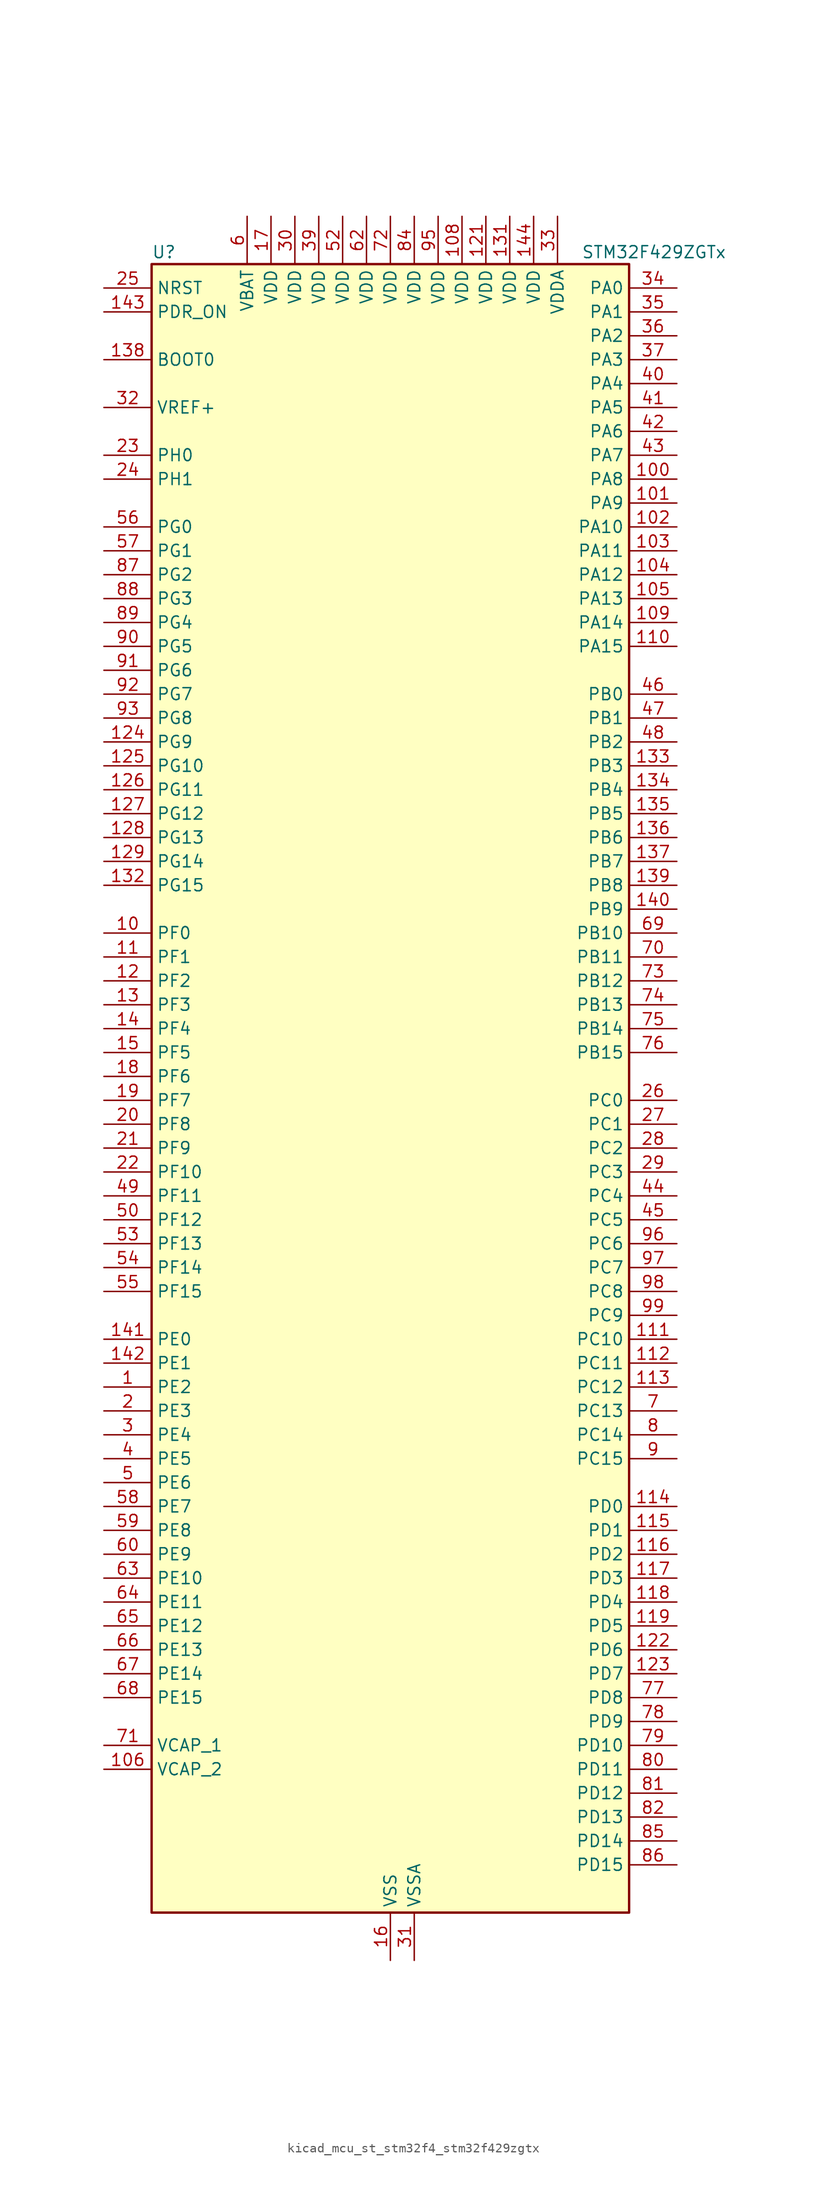
<source format=kicad_sym>
(kicad_symbol_lib
  (version 20220914)
  (generator kicad_symbol_editor)
  (symbol "kicad_mcu_st_stm32f4_stm32f429zgtx"
    (property "Reference" "U"
      (at -25.4 90.17 0)
      (effects (font (size 1.27 1.27)) (justify left)))
    (property "Value" "STM32F429ZGTx"
      (at 20.32 90.17 0)
      (effects (font (size 1.27 1.27)) (justify left)))
    (property "ki_locked" ""
      (at 0 0 0)
      (effects (font (size 1.27 1.27))))
    (symbol "kicad_mcu_st_stm32f4_stm32f429zgtx_0_1"
      (rectangle (start -25.4 -86.36) (end 25.4 88.9) (stroke (width 0.254) (type default)) (fill (type background))))
    (symbol "kicad_mcu_st_stm32f4_stm32f429zgtx_1_1"
      (pin bidirectional line (at -30.48 -30.48 0) (length 5.08) (name "PE2" (effects (font (size 1.27 1.27)))) (number "1" (effects (font (size 1.27 1.27)))) (alternate "ETH_TXD3" bidirectional line) (alternate "FMC_A23" bidirectional line) (alternate "SAI1_MCLK_A" bidirectional line) (alternate "SPI4_SCK" bidirectional line) (alternate "SYS_TRACECLK" bidirectional line))
      (pin bidirectional line (at -30.48 17.78 0) (length 5.08) (name "PF0" (effects (font (size 1.27 1.27)))) (number "10" (effects (font (size 1.27 1.27)))) (alternate "FMC_A0" bidirectional line) (alternate "I2C2_SDA" bidirectional line))
      (pin bidirectional line (at 30.48 66.04 180) (length 5.08) (name "PA8" (effects (font (size 1.27 1.27)))) (number "100" (effects (font (size 1.27 1.27)))) (alternate "I2C3_SCL" bidirectional line) (alternate "LTDC_R6" bidirectional line) (alternate "RCC_MCO_1" bidirectional line) (alternate "TIM1_CH1" bidirectional line) (alternate "USART1_CK" bidirectional line) (alternate "USB_OTG_FS_SOF" bidirectional line))
      (pin bidirectional line (at 30.48 63.5 180) (length 5.08) (name "PA9" (effects (font (size 1.27 1.27)))) (number "101" (effects (font (size 1.27 1.27)))) (alternate "DAC_EXTI9" bidirectional line) (alternate "DCMI_D0" bidirectional line) (alternate "I2C3_SMBA" bidirectional line) (alternate "TIM1_CH2" bidirectional line) (alternate "USART1_TX" bidirectional line) (alternate "USB_OTG_FS_VBUS" bidirectional line))
      (pin bidirectional line (at 30.48 60.96 180) (length 5.08) (name "PA10" (effects (font (size 1.27 1.27)))) (number "102" (effects (font (size 1.27 1.27)))) (alternate "DCMI_D1" bidirectional line) (alternate "TIM1_CH3" bidirectional line) (alternate "USART1_RX" bidirectional line) (alternate "USB_OTG_FS_ID" bidirectional line))
      (pin bidirectional line (at 30.48 58.42 180) (length 5.08) (name "PA11" (effects (font (size 1.27 1.27)))) (number "103" (effects (font (size 1.27 1.27)))) (alternate "ADC1_EXTI11" bidirectional line) (alternate "ADC2_EXTI11" bidirectional line) (alternate "ADC3_EXTI11" bidirectional line) (alternate "CAN1_RX" bidirectional line) (alternate "LTDC_R4" bidirectional line) (alternate "TIM1_CH4" bidirectional line) (alternate "USART1_CTS" bidirectional line) (alternate "USB_OTG_FS_DM" bidirectional line))
      (pin bidirectional line (at 30.48 55.88 180) (length 5.08) (name "PA12" (effects (font (size 1.27 1.27)))) (number "104" (effects (font (size 1.27 1.27)))) (alternate "CAN1_TX" bidirectional line) (alternate "LTDC_R5" bidirectional line) (alternate "TIM1_ETR" bidirectional line) (alternate "USART1_RTS" bidirectional line) (alternate "USB_OTG_FS_DP" bidirectional line))
      (pin bidirectional line (at 30.48 53.34 180) (length 5.08) (name "PA13" (effects (font (size 1.27 1.27)))) (number "105" (effects (font (size 1.27 1.27)))) (alternate "SYS_JTMS-SWDIO" bidirectional line))
      (pin power_out line (at -30.48 -71.12 0) (length 5.08) (name "VCAP_2" (effects (font (size 1.27 1.27)))) (number "106" (effects (font (size 1.27 1.27)))))
      (pin passive line (at 0 -91.44 90) (length 5.08) hide (name "VSS" (effects (font (size 1.27 1.27)))) (number "107" (effects (font (size 1.27 1.27)))))
      (pin power_in line (at 7.62 93.98 270) (length 5.08) (name "VDD" (effects (font (size 1.27 1.27)))) (number "108" (effects (font (size 1.27 1.27)))))
      (pin bidirectional line (at 30.48 50.8 180) (length 5.08) (name "PA14" (effects (font (size 1.27 1.27)))) (number "109" (effects (font (size 1.27 1.27)))) (alternate "SYS_JTCK-SWCLK" bidirectional line))
      (pin bidirectional line (at -30.48 15.24 0) (length 5.08) (name "PF1" (effects (font (size 1.27 1.27)))) (number "11" (effects (font (size 1.27 1.27)))) (alternate "FMC_A1" bidirectional line) (alternate "I2C2_SCL" bidirectional line))
      (pin bidirectional line (at 30.48 48.26 180) (length 5.08) (name "PA15" (effects (font (size 1.27 1.27)))) (number "110" (effects (font (size 1.27 1.27)))) (alternate "ADC1_EXTI15" bidirectional line) (alternate "ADC2_EXTI15" bidirectional line) (alternate "ADC3_EXTI15" bidirectional line) (alternate "I2S3_WS" bidirectional line) (alternate "SPI1_NSS" bidirectional line) (alternate "SPI3_NSS" bidirectional line) (alternate "SYS_JTDI" bidirectional line) (alternate "TIM2_CH1" bidirectional line) (alternate "TIM2_ETR" bidirectional line))
      (pin bidirectional line (at 30.48 -25.4 180) (length 5.08) (name "PC10" (effects (font (size 1.27 1.27)))) (number "111" (effects (font (size 1.27 1.27)))) (alternate "DCMI_D8" bidirectional line) (alternate "I2S3_CK" bidirectional line) (alternate "LTDC_R2" bidirectional line) (alternate "SDIO_D2" bidirectional line) (alternate "SPI3_SCK" bidirectional line) (alternate "UART4_TX" bidirectional line) (alternate "USART3_TX" bidirectional line))
      (pin bidirectional line (at 30.48 -27.94 180) (length 5.08) (name "PC11" (effects (font (size 1.27 1.27)))) (number "112" (effects (font (size 1.27 1.27)))) (alternate "ADC1_EXTI11" bidirectional line) (alternate "ADC2_EXTI11" bidirectional line) (alternate "ADC3_EXTI11" bidirectional line) (alternate "DCMI_D4" bidirectional line) (alternate "I2S3_ext_SD" bidirectional line) (alternate "SDIO_D3" bidirectional line) (alternate "SPI3_MISO" bidirectional line) (alternate "UART4_RX" bidirectional line) (alternate "USART3_RX" bidirectional line))
      (pin bidirectional line (at 30.48 -30.48 180) (length 5.08) (name "PC12" (effects (font (size 1.27 1.27)))) (number "113" (effects (font (size 1.27 1.27)))) (alternate "DCMI_D9" bidirectional line) (alternate "I2S3_SD" bidirectional line) (alternate "SDIO_CK" bidirectional line) (alternate "SPI3_MOSI" bidirectional line) (alternate "UART5_TX" bidirectional line) (alternate "USART3_CK" bidirectional line))
      (pin bidirectional line (at 30.48 -43.18 180) (length 5.08) (name "PD0" (effects (font (size 1.27 1.27)))) (number "114" (effects (font (size 1.27 1.27)))) (alternate "CAN1_RX" bidirectional line) (alternate "FMC_D2" bidirectional line) (alternate "FMC_DA2" bidirectional line))
      (pin bidirectional line (at 30.48 -45.72 180) (length 5.08) (name "PD1" (effects (font (size 1.27 1.27)))) (number "115" (effects (font (size 1.27 1.27)))) (alternate "CAN1_TX" bidirectional line) (alternate "FMC_D3" bidirectional line) (alternate "FMC_DA3" bidirectional line))
      (pin bidirectional line (at 30.48 -48.26 180) (length 5.08) (name "PD2" (effects (font (size 1.27 1.27)))) (number "116" (effects (font (size 1.27 1.27)))) (alternate "DCMI_D11" bidirectional line) (alternate "SDIO_CMD" bidirectional line) (alternate "TIM3_ETR" bidirectional line) (alternate "UART5_RX" bidirectional line))
      (pin bidirectional line (at 30.48 -50.8 180) (length 5.08) (name "PD3" (effects (font (size 1.27 1.27)))) (number "117" (effects (font (size 1.27 1.27)))) (alternate "DCMI_D5" bidirectional line) (alternate "FMC_CLK" bidirectional line) (alternate "I2S2_CK" bidirectional line) (alternate "LTDC_G7" bidirectional line) (alternate "SPI2_SCK" bidirectional line) (alternate "USART2_CTS" bidirectional line))
      (pin bidirectional line (at 30.48 -53.34 180) (length 5.08) (name "PD4" (effects (font (size 1.27 1.27)))) (number "118" (effects (font (size 1.27 1.27)))) (alternate "FMC_NOE" bidirectional line) (alternate "USART2_RTS" bidirectional line))
      (pin bidirectional line (at 30.48 -55.88 180) (length 5.08) (name "PD5" (effects (font (size 1.27 1.27)))) (number "119" (effects (font (size 1.27 1.27)))) (alternate "FMC_NWE" bidirectional line) (alternate "USART2_TX" bidirectional line))
      (pin bidirectional line (at -30.48 12.7 0) (length 5.08) (name "PF2" (effects (font (size 1.27 1.27)))) (number "12" (effects (font (size 1.27 1.27)))) (alternate "FMC_A2" bidirectional line) (alternate "I2C2_SMBA" bidirectional line))
      (pin passive line (at 0 -91.44 90) (length 5.08) hide (name "VSS" (effects (font (size 1.27 1.27)))) (number "120" (effects (font (size 1.27 1.27)))))
      (pin power_in line (at 10.16 93.98 270) (length 5.08) (name "VDD" (effects (font (size 1.27 1.27)))) (number "121" (effects (font (size 1.27 1.27)))))
      (pin bidirectional line (at 30.48 -58.42 180) (length 5.08) (name "PD6" (effects (font (size 1.27 1.27)))) (number "122" (effects (font (size 1.27 1.27)))) (alternate "DCMI_D10" bidirectional line) (alternate "FMC_NWAIT" bidirectional line) (alternate "I2S3_SD" bidirectional line) (alternate "LTDC_B2" bidirectional line) (alternate "SAI1_SD_A" bidirectional line) (alternate "SPI3_MOSI" bidirectional line) (alternate "USART2_RX" bidirectional line))
      (pin bidirectional line (at 30.48 -60.96 180) (length 5.08) (name "PD7" (effects (font (size 1.27 1.27)))) (number "123" (effects (font (size 1.27 1.27)))) (alternate "FMC_NCE2" bidirectional line) (alternate "FMC_NE1" bidirectional line) (alternate "USART2_CK" bidirectional line))
      (pin bidirectional line (at -30.48 38.1 0) (length 5.08) (name "PG9" (effects (font (size 1.27 1.27)))) (number "124" (effects (font (size 1.27 1.27)))) (alternate "DAC_EXTI9" bidirectional line) (alternate "DCMI_VSYNC" bidirectional line) (alternate "FMC_NCE3" bidirectional line) (alternate "FMC_NE2" bidirectional line) (alternate "USART6_RX" bidirectional line))
      (pin bidirectional line (at -30.48 35.56 0) (length 5.08) (name "PG10" (effects (font (size 1.27 1.27)))) (number "125" (effects (font (size 1.27 1.27)))) (alternate "DCMI_D2" bidirectional line) (alternate "FMC_NCE4_1" bidirectional line) (alternate "FMC_NE3" bidirectional line) (alternate "LTDC_B2" bidirectional line) (alternate "LTDC_G3" bidirectional line))
      (pin bidirectional line (at -30.48 33.02 0) (length 5.08) (name "PG11" (effects (font (size 1.27 1.27)))) (number "126" (effects (font (size 1.27 1.27)))) (alternate "ADC1_EXTI11" bidirectional line) (alternate "ADC2_EXTI11" bidirectional line) (alternate "ADC3_EXTI11" bidirectional line) (alternate "DCMI_D3" bidirectional line) (alternate "ETH_TX_EN" bidirectional line) (alternate "FMC_NCE4_2" bidirectional line) (alternate "LTDC_B3" bidirectional line))
      (pin bidirectional line (at -30.48 30.48 0) (length 5.08) (name "PG12" (effects (font (size 1.27 1.27)))) (number "127" (effects (font (size 1.27 1.27)))) (alternate "FMC_NE4" bidirectional line) (alternate "LTDC_B1" bidirectional line) (alternate "LTDC_B4" bidirectional line) (alternate "SPI6_MISO" bidirectional line) (alternate "USART6_RTS" bidirectional line))
      (pin bidirectional line (at -30.48 27.94 0) (length 5.08) (name "PG13" (effects (font (size 1.27 1.27)))) (number "128" (effects (font (size 1.27 1.27)))) (alternate "ETH_TXD0" bidirectional line) (alternate "FMC_A24" bidirectional line) (alternate "SPI6_SCK" bidirectional line) (alternate "USART6_CTS" bidirectional line))
      (pin bidirectional line (at -30.48 25.4 0) (length 5.08) (name "PG14" (effects (font (size 1.27 1.27)))) (number "129" (effects (font (size 1.27 1.27)))) (alternate "ETH_TXD1" bidirectional line) (alternate "FMC_A25" bidirectional line) (alternate "SPI6_MOSI" bidirectional line) (alternate "USART6_TX" bidirectional line))
      (pin bidirectional line (at -30.48 10.16 0) (length 5.08) (name "PF3" (effects (font (size 1.27 1.27)))) (number "13" (effects (font (size 1.27 1.27)))) (alternate "ADC3_IN9" bidirectional line) (alternate "FMC_A3" bidirectional line))
      (pin passive line (at 0 -91.44 90) (length 5.08) hide (name "VSS" (effects (font (size 1.27 1.27)))) (number "130" (effects (font (size 1.27 1.27)))))
      (pin power_in line (at 12.7 93.98 270) (length 5.08) (name "VDD" (effects (font (size 1.27 1.27)))) (number "131" (effects (font (size 1.27 1.27)))))
      (pin bidirectional line (at -30.48 22.86 0) (length 5.08) (name "PG15" (effects (font (size 1.27 1.27)))) (number "132" (effects (font (size 1.27 1.27)))) (alternate "ADC1_EXTI15" bidirectional line) (alternate "ADC2_EXTI15" bidirectional line) (alternate "ADC3_EXTI15" bidirectional line) (alternate "DCMI_D13" bidirectional line) (alternate "FMC_SDNCAS" bidirectional line) (alternate "USART6_CTS" bidirectional line))
      (pin bidirectional line (at 30.48 35.56 180) (length 5.08) (name "PB3" (effects (font (size 1.27 1.27)))) (number "133" (effects (font (size 1.27 1.27)))) (alternate "I2S3_CK" bidirectional line) (alternate "SPI1_SCK" bidirectional line) (alternate "SPI3_SCK" bidirectional line) (alternate "SYS_JTDO-SWO" bidirectional line) (alternate "TIM2_CH2" bidirectional line))
      (pin bidirectional line (at 30.48 33.02 180) (length 5.08) (name "PB4" (effects (font (size 1.27 1.27)))) (number "134" (effects (font (size 1.27 1.27)))) (alternate "I2S3_ext_SD" bidirectional line) (alternate "SPI1_MISO" bidirectional line) (alternate "SPI3_MISO" bidirectional line) (alternate "SYS_JTRST" bidirectional line) (alternate "TIM3_CH1" bidirectional line))
      (pin bidirectional line (at 30.48 30.48 180) (length 5.08) (name "PB5" (effects (font (size 1.27 1.27)))) (number "135" (effects (font (size 1.27 1.27)))) (alternate "CAN2_RX" bidirectional line) (alternate "DCMI_D10" bidirectional line) (alternate "ETH_PPS_OUT" bidirectional line) (alternate "FMC_SDCKE1" bidirectional line) (alternate "I2C1_SMBA" bidirectional line) (alternate "I2S3_SD" bidirectional line) (alternate "SPI1_MOSI" bidirectional line) (alternate "SPI3_MOSI" bidirectional line) (alternate "TIM3_CH2" bidirectional line) (alternate "USB_OTG_HS_ULPI_D7" bidirectional line))
      (pin bidirectional line (at 30.48 27.94 180) (length 5.08) (name "PB6" (effects (font (size 1.27 1.27)))) (number "136" (effects (font (size 1.27 1.27)))) (alternate "CAN2_TX" bidirectional line) (alternate "DCMI_D5" bidirectional line) (alternate "FMC_SDNE1" bidirectional line) (alternate "I2C1_SCL" bidirectional line) (alternate "TIM4_CH1" bidirectional line) (alternate "USART1_TX" bidirectional line))
      (pin bidirectional line (at 30.48 25.4 180) (length 5.08) (name "PB7" (effects (font (size 1.27 1.27)))) (number "137" (effects (font (size 1.27 1.27)))) (alternate "DCMI_VSYNC" bidirectional line) (alternate "FMC_NL" bidirectional line) (alternate "I2C1_SDA" bidirectional line) (alternate "TIM4_CH2" bidirectional line) (alternate "USART1_RX" bidirectional line))
      (pin input line (at -30.48 78.74 0) (length 5.08) (name "BOOT0" (effects (font (size 1.27 1.27)))) (number "138" (effects (font (size 1.27 1.27)))))
      (pin bidirectional line (at 30.48 22.86 180) (length 5.08) (name "PB8" (effects (font (size 1.27 1.27)))) (number "139" (effects (font (size 1.27 1.27)))) (alternate "CAN1_RX" bidirectional line) (alternate "DCMI_D6" bidirectional line) (alternate "ETH_TXD3" bidirectional line) (alternate "I2C1_SCL" bidirectional line) (alternate "LTDC_B6" bidirectional line) (alternate "SDIO_D4" bidirectional line) (alternate "TIM10_CH1" bidirectional line) (alternate "TIM4_CH3" bidirectional line))
      (pin bidirectional line (at -30.48 7.62 0) (length 5.08) (name "PF4" (effects (font (size 1.27 1.27)))) (number "14" (effects (font (size 1.27 1.27)))) (alternate "ADC3_IN14" bidirectional line) (alternate "FMC_A4" bidirectional line))
      (pin bidirectional line (at 30.48 20.32 180) (length 5.08) (name "PB9" (effects (font (size 1.27 1.27)))) (number "140" (effects (font (size 1.27 1.27)))) (alternate "CAN1_TX" bidirectional line) (alternate "DAC_EXTI9" bidirectional line) (alternate "DCMI_D7" bidirectional line) (alternate "I2C1_SDA" bidirectional line) (alternate "I2S2_WS" bidirectional line) (alternate "LTDC_B7" bidirectional line) (alternate "SDIO_D5" bidirectional line) (alternate "SPI2_NSS" bidirectional line) (alternate "TIM11_CH1" bidirectional line) (alternate "TIM4_CH4" bidirectional line))
      (pin bidirectional line (at -30.48 -25.4 0) (length 5.08) (name "PE0" (effects (font (size 1.27 1.27)))) (number "141" (effects (font (size 1.27 1.27)))) (alternate "DCMI_D2" bidirectional line) (alternate "FMC_NBL0" bidirectional line) (alternate "TIM4_ETR" bidirectional line) (alternate "UART8_RX" bidirectional line))
      (pin bidirectional line (at -30.48 -27.94 0) (length 5.08) (name "PE1" (effects (font (size 1.27 1.27)))) (number "142" (effects (font (size 1.27 1.27)))) (alternate "DCMI_D3" bidirectional line) (alternate "FMC_NBL1" bidirectional line) (alternate "UART8_TX" bidirectional line))
      (pin input line (at -30.48 83.82 0) (length 5.08) (name "PDR_ON" (effects (font (size 1.27 1.27)))) (number "143" (effects (font (size 1.27 1.27)))))
      (pin power_in line (at 15.24 93.98 270) (length 5.08) (name "VDD" (effects (font (size 1.27 1.27)))) (number "144" (effects (font (size 1.27 1.27)))))
      (pin bidirectional line (at -30.48 5.08 0) (length 5.08) (name "PF5" (effects (font (size 1.27 1.27)))) (number "15" (effects (font (size 1.27 1.27)))) (alternate "ADC3_IN15" bidirectional line) (alternate "FMC_A5" bidirectional line))
      (pin power_in line (at 0 -91.44 90) (length 5.08) (name "VSS" (effects (font (size 1.27 1.27)))) (number "16" (effects (font (size 1.27 1.27)))))
      (pin power_in line (at -12.7 93.98 270) (length 5.08) (name "VDD" (effects (font (size 1.27 1.27)))) (number "17" (effects (font (size 1.27 1.27)))))
      (pin bidirectional line (at -30.48 2.54 0) (length 5.08) (name "PF6" (effects (font (size 1.27 1.27)))) (number "18" (effects (font (size 1.27 1.27)))) (alternate "ADC3_IN4" bidirectional line) (alternate "FMC_NIORD" bidirectional line) (alternate "SAI1_SD_B" bidirectional line) (alternate "SPI5_NSS" bidirectional line) (alternate "TIM10_CH1" bidirectional line) (alternate "UART7_RX" bidirectional line))
      (pin bidirectional line (at -30.48 0 0) (length 5.08) (name "PF7" (effects (font (size 1.27 1.27)))) (number "19" (effects (font (size 1.27 1.27)))) (alternate "ADC3_IN5" bidirectional line) (alternate "FMC_NREG" bidirectional line) (alternate "SAI1_MCLK_B" bidirectional line) (alternate "SPI5_SCK" bidirectional line) (alternate "TIM11_CH1" bidirectional line) (alternate "UART7_TX" bidirectional line))
      (pin bidirectional line (at -30.48 -33.02 0) (length 5.08) (name "PE3" (effects (font (size 1.27 1.27)))) (number "2" (effects (font (size 1.27 1.27)))) (alternate "FMC_A19" bidirectional line) (alternate "SAI1_SD_B" bidirectional line) (alternate "SYS_TRACED0" bidirectional line))
      (pin bidirectional line (at -30.48 -2.54 0) (length 5.08) (name "PF8" (effects (font (size 1.27 1.27)))) (number "20" (effects (font (size 1.27 1.27)))) (alternate "ADC3_IN6" bidirectional line) (alternate "FMC_NIOWR" bidirectional line) (alternate "SAI1_SCK_B" bidirectional line) (alternate "SPI5_MISO" bidirectional line) (alternate "TIM13_CH1" bidirectional line))
      (pin bidirectional line (at -30.48 -5.08 0) (length 5.08) (name "PF9" (effects (font (size 1.27 1.27)))) (number "21" (effects (font (size 1.27 1.27)))) (alternate "ADC3_IN7" bidirectional line) (alternate "DAC_EXTI9" bidirectional line) (alternate "FMC_CD" bidirectional line) (alternate "SAI1_FS_B" bidirectional line) (alternate "SPI5_MOSI" bidirectional line) (alternate "TIM14_CH1" bidirectional line))
      (pin bidirectional line (at -30.48 -7.62 0) (length 5.08) (name "PF10" (effects (font (size 1.27 1.27)))) (number "22" (effects (font (size 1.27 1.27)))) (alternate "ADC3_IN8" bidirectional line) (alternate "DCMI_D11" bidirectional line) (alternate "FMC_INTR" bidirectional line) (alternate "LTDC_DE" bidirectional line))
      (pin bidirectional line (at -30.48 68.58 0) (length 5.08) (name "PH0" (effects (font (size 1.27 1.27)))) (number "23" (effects (font (size 1.27 1.27)))) (alternate "RCC_OSC_IN" bidirectional line))
      (pin bidirectional line (at -30.48 66.04 0) (length 5.08) (name "PH1" (effects (font (size 1.27 1.27)))) (number "24" (effects (font (size 1.27 1.27)))) (alternate "RCC_OSC_OUT" bidirectional line))
      (pin input line (at -30.48 86.36 0) (length 5.08) (name "NRST" (effects (font (size 1.27 1.27)))) (number "25" (effects (font (size 1.27 1.27)))))
      (pin bidirectional line (at 30.48 0 180) (length 5.08) (name "PC0" (effects (font (size 1.27 1.27)))) (number "26" (effects (font (size 1.27 1.27)))) (alternate "ADC1_IN10" bidirectional line) (alternate "ADC2_IN10" bidirectional line) (alternate "ADC3_IN10" bidirectional line) (alternate "FMC_SDNWE" bidirectional line) (alternate "USB_OTG_HS_ULPI_STP" bidirectional line))
      (pin bidirectional line (at 30.48 -2.54 180) (length 5.08) (name "PC1" (effects (font (size 1.27 1.27)))) (number "27" (effects (font (size 1.27 1.27)))) (alternate "ADC1_IN11" bidirectional line) (alternate "ADC2_IN11" bidirectional line) (alternate "ADC3_IN11" bidirectional line) (alternate "ETH_MDC" bidirectional line))
      (pin bidirectional line (at 30.48 -5.08 180) (length 5.08) (name "PC2" (effects (font (size 1.27 1.27)))) (number "28" (effects (font (size 1.27 1.27)))) (alternate "ADC1_IN12" bidirectional line) (alternate "ADC2_IN12" bidirectional line) (alternate "ADC3_IN12" bidirectional line) (alternate "ETH_TXD2" bidirectional line) (alternate "FMC_SDNE0" bidirectional line) (alternate "I2S2_ext_SD" bidirectional line) (alternate "SPI2_MISO" bidirectional line) (alternate "USB_OTG_HS_ULPI_DIR" bidirectional line))
      (pin bidirectional line (at 30.48 -7.62 180) (length 5.08) (name "PC3" (effects (font (size 1.27 1.27)))) (number "29" (effects (font (size 1.27 1.27)))) (alternate "ADC1_IN13" bidirectional line) (alternate "ADC2_IN13" bidirectional line) (alternate "ADC3_IN13" bidirectional line) (alternate "ETH_TX_CLK" bidirectional line) (alternate "FMC_SDCKE0" bidirectional line) (alternate "I2S2_SD" bidirectional line) (alternate "SPI2_MOSI" bidirectional line) (alternate "USB_OTG_HS_ULPI_NXT" bidirectional line))
      (pin bidirectional line (at -30.48 -35.56 0) (length 5.08) (name "PE4" (effects (font (size 1.27 1.27)))) (number "3" (effects (font (size 1.27 1.27)))) (alternate "DCMI_D4" bidirectional line) (alternate "FMC_A20" bidirectional line) (alternate "LTDC_B0" bidirectional line) (alternate "SAI1_FS_A" bidirectional line) (alternate "SPI4_NSS" bidirectional line) (alternate "SYS_TRACED1" bidirectional line))
      (pin power_in line (at -10.16 93.98 270) (length 5.08) (name "VDD" (effects (font (size 1.27 1.27)))) (number "30" (effects (font (size 1.27 1.27)))))
      (pin power_in line (at 2.54 -91.44 90) (length 5.08) (name "VSSA" (effects (font (size 1.27 1.27)))) (number "31" (effects (font (size 1.27 1.27)))))
      (pin input line (at -30.48 73.66 0) (length 5.08) (name "VREF+" (effects (font (size 1.27 1.27)))) (number "32" (effects (font (size 1.27 1.27)))))
      (pin power_in line (at 17.78 93.98 270) (length 5.08) (name "VDDA" (effects (font (size 1.27 1.27)))) (number "33" (effects (font (size 1.27 1.27)))))
      (pin bidirectional line (at 30.48 86.36 180) (length 5.08) (name "PA0" (effects (font (size 1.27 1.27)))) (number "34" (effects (font (size 1.27 1.27)))) (alternate "ADC1_IN0" bidirectional line) (alternate "ADC2_IN0" bidirectional line) (alternate "ADC3_IN0" bidirectional line) (alternate "ETH_CRS" bidirectional line) (alternate "SYS_WKUP" bidirectional line) (alternate "TIM2_CH1" bidirectional line) (alternate "TIM2_ETR" bidirectional line) (alternate "TIM5_CH1" bidirectional line) (alternate "TIM8_ETR" bidirectional line) (alternate "UART4_TX" bidirectional line) (alternate "USART2_CTS" bidirectional line))
      (pin bidirectional line (at 30.48 83.82 180) (length 5.08) (name "PA1" (effects (font (size 1.27 1.27)))) (number "35" (effects (font (size 1.27 1.27)))) (alternate "ADC1_IN1" bidirectional line) (alternate "ADC2_IN1" bidirectional line) (alternate "ADC3_IN1" bidirectional line) (alternate "ETH_REF_CLK" bidirectional line) (alternate "ETH_RX_CLK" bidirectional line) (alternate "TIM2_CH2" bidirectional line) (alternate "TIM5_CH2" bidirectional line) (alternate "UART4_RX" bidirectional line) (alternate "USART2_RTS" bidirectional line))
      (pin bidirectional line (at 30.48 81.28 180) (length 5.08) (name "PA2" (effects (font (size 1.27 1.27)))) (number "36" (effects (font (size 1.27 1.27)))) (alternate "ADC1_IN2" bidirectional line) (alternate "ADC2_IN2" bidirectional line) (alternate "ADC3_IN2" bidirectional line) (alternate "ETH_MDIO" bidirectional line) (alternate "TIM2_CH3" bidirectional line) (alternate "TIM5_CH3" bidirectional line) (alternate "TIM9_CH1" bidirectional line) (alternate "USART2_TX" bidirectional line))
      (pin bidirectional line (at 30.48 78.74 180) (length 5.08) (name "PA3" (effects (font (size 1.27 1.27)))) (number "37" (effects (font (size 1.27 1.27)))) (alternate "ADC1_IN3" bidirectional line) (alternate "ADC2_IN3" bidirectional line) (alternate "ADC3_IN3" bidirectional line) (alternate "ETH_COL" bidirectional line) (alternate "LTDC_B5" bidirectional line) (alternate "TIM2_CH4" bidirectional line) (alternate "TIM5_CH4" bidirectional line) (alternate "TIM9_CH2" bidirectional line) (alternate "USART2_RX" bidirectional line) (alternate "USB_OTG_HS_ULPI_D0" bidirectional line))
      (pin passive line (at 0 -91.44 90) (length 5.08) hide (name "VSS" (effects (font (size 1.27 1.27)))) (number "38" (effects (font (size 1.27 1.27)))))
      (pin power_in line (at -7.62 93.98 270) (length 5.08) (name "VDD" (effects (font (size 1.27 1.27)))) (number "39" (effects (font (size 1.27 1.27)))))
      (pin bidirectional line (at -30.48 -38.1 0) (length 5.08) (name "PE5" (effects (font (size 1.27 1.27)))) (number "4" (effects (font (size 1.27 1.27)))) (alternate "DCMI_D6" bidirectional line) (alternate "FMC_A21" bidirectional line) (alternate "LTDC_G0" bidirectional line) (alternate "SAI1_SCK_A" bidirectional line) (alternate "SPI4_MISO" bidirectional line) (alternate "SYS_TRACED2" bidirectional line) (alternate "TIM9_CH1" bidirectional line))
      (pin bidirectional line (at 30.48 76.2 180) (length 5.08) (name "PA4" (effects (font (size 1.27 1.27)))) (number "40" (effects (font (size 1.27 1.27)))) (alternate "ADC1_IN4" bidirectional line) (alternate "ADC2_IN4" bidirectional line) (alternate "DAC_OUT1" bidirectional line) (alternate "DCMI_HSYNC" bidirectional line) (alternate "I2S3_WS" bidirectional line) (alternate "LTDC_VSYNC" bidirectional line) (alternate "SPI1_NSS" bidirectional line) (alternate "SPI3_NSS" bidirectional line) (alternate "USART2_CK" bidirectional line) (alternate "USB_OTG_HS_SOF" bidirectional line))
      (pin bidirectional line (at 30.48 73.66 180) (length 5.08) (name "PA5" (effects (font (size 1.27 1.27)))) (number "41" (effects (font (size 1.27 1.27)))) (alternate "ADC1_IN5" bidirectional line) (alternate "ADC2_IN5" bidirectional line) (alternate "DAC_OUT2" bidirectional line) (alternate "SPI1_SCK" bidirectional line) (alternate "TIM2_CH1" bidirectional line) (alternate "TIM2_ETR" bidirectional line) (alternate "TIM8_CH1N" bidirectional line) (alternate "USB_OTG_HS_ULPI_CK" bidirectional line))
      (pin bidirectional line (at 30.48 71.12 180) (length 5.08) (name "PA6" (effects (font (size 1.27 1.27)))) (number "42" (effects (font (size 1.27 1.27)))) (alternate "ADC1_IN6" bidirectional line) (alternate "ADC2_IN6" bidirectional line) (alternate "DCMI_PIXCLK" bidirectional line) (alternate "LTDC_G2" bidirectional line) (alternate "SPI1_MISO" bidirectional line) (alternate "TIM13_CH1" bidirectional line) (alternate "TIM1_BKIN" bidirectional line) (alternate "TIM3_CH1" bidirectional line) (alternate "TIM8_BKIN" bidirectional line))
      (pin bidirectional line (at 30.48 68.58 180) (length 5.08) (name "PA7" (effects (font (size 1.27 1.27)))) (number "43" (effects (font (size 1.27 1.27)))) (alternate "ADC1_IN7" bidirectional line) (alternate "ADC2_IN7" bidirectional line) (alternate "ETH_CRS_DV" bidirectional line) (alternate "ETH_RX_DV" bidirectional line) (alternate "SPI1_MOSI" bidirectional line) (alternate "TIM14_CH1" bidirectional line) (alternate "TIM1_CH1N" bidirectional line) (alternate "TIM3_CH2" bidirectional line) (alternate "TIM8_CH1N" bidirectional line))
      (pin bidirectional line (at 30.48 -10.16 180) (length 5.08) (name "PC4" (effects (font (size 1.27 1.27)))) (number "44" (effects (font (size 1.27 1.27)))) (alternate "ADC1_IN14" bidirectional line) (alternate "ADC2_IN14" bidirectional line) (alternate "ETH_RXD0" bidirectional line))
      (pin bidirectional line (at 30.48 -12.7 180) (length 5.08) (name "PC5" (effects (font (size 1.27 1.27)))) (number "45" (effects (font (size 1.27 1.27)))) (alternate "ADC1_IN15" bidirectional line) (alternate "ADC2_IN15" bidirectional line) (alternate "ETH_RXD1" bidirectional line))
      (pin bidirectional line (at 30.48 43.18 180) (length 5.08) (name "PB0" (effects (font (size 1.27 1.27)))) (number "46" (effects (font (size 1.27 1.27)))) (alternate "ADC1_IN8" bidirectional line) (alternate "ADC2_IN8" bidirectional line) (alternate "ETH_RXD2" bidirectional line) (alternate "LTDC_R3" bidirectional line) (alternate "TIM1_CH2N" bidirectional line) (alternate "TIM3_CH3" bidirectional line) (alternate "TIM8_CH2N" bidirectional line) (alternate "USB_OTG_HS_ULPI_D1" bidirectional line))
      (pin bidirectional line (at 30.48 40.64 180) (length 5.08) (name "PB1" (effects (font (size 1.27 1.27)))) (number "47" (effects (font (size 1.27 1.27)))) (alternate "ADC1_IN9" bidirectional line) (alternate "ADC2_IN9" bidirectional line) (alternate "ETH_RXD3" bidirectional line) (alternate "LTDC_R6" bidirectional line) (alternate "TIM1_CH3N" bidirectional line) (alternate "TIM3_CH4" bidirectional line) (alternate "TIM8_CH3N" bidirectional line) (alternate "USB_OTG_HS_ULPI_D2" bidirectional line))
      (pin bidirectional line (at 30.48 38.1 180) (length 5.08) (name "PB2" (effects (font (size 1.27 1.27)))) (number "48" (effects (font (size 1.27 1.27)))))
      (pin bidirectional line (at -30.48 -10.16 0) (length 5.08) (name "PF11" (effects (font (size 1.27 1.27)))) (number "49" (effects (font (size 1.27 1.27)))) (alternate "ADC1_EXTI11" bidirectional line) (alternate "ADC2_EXTI11" bidirectional line) (alternate "ADC3_EXTI11" bidirectional line) (alternate "DCMI_D12" bidirectional line) (alternate "FMC_SDNRAS" bidirectional line) (alternate "SPI5_MOSI" bidirectional line))
      (pin bidirectional line (at -30.48 -40.64 0) (length 5.08) (name "PE6" (effects (font (size 1.27 1.27)))) (number "5" (effects (font (size 1.27 1.27)))) (alternate "DCMI_D7" bidirectional line) (alternate "FMC_A22" bidirectional line) (alternate "LTDC_G1" bidirectional line) (alternate "SAI1_SD_A" bidirectional line) (alternate "SPI4_MOSI" bidirectional line) (alternate "SYS_TRACED3" bidirectional line) (alternate "TIM9_CH2" bidirectional line))
      (pin bidirectional line (at -30.48 -12.7 0) (length 5.08) (name "PF12" (effects (font (size 1.27 1.27)))) (number "50" (effects (font (size 1.27 1.27)))) (alternate "FMC_A6" bidirectional line))
      (pin passive line (at 0 -91.44 90) (length 5.08) hide (name "VSS" (effects (font (size 1.27 1.27)))) (number "51" (effects (font (size 1.27 1.27)))))
      (pin power_in line (at -5.08 93.98 270) (length 5.08) (name "VDD" (effects (font (size 1.27 1.27)))) (number "52" (effects (font (size 1.27 1.27)))))
      (pin bidirectional line (at -30.48 -15.24 0) (length 5.08) (name "PF13" (effects (font (size 1.27 1.27)))) (number "53" (effects (font (size 1.27 1.27)))) (alternate "FMC_A7" bidirectional line))
      (pin bidirectional line (at -30.48 -17.78 0) (length 5.08) (name "PF14" (effects (font (size 1.27 1.27)))) (number "54" (effects (font (size 1.27 1.27)))) (alternate "FMC_A8" bidirectional line))
      (pin bidirectional line (at -30.48 -20.32 0) (length 5.08) (name "PF15" (effects (font (size 1.27 1.27)))) (number "55" (effects (font (size 1.27 1.27)))) (alternate "ADC1_EXTI15" bidirectional line) (alternate "ADC2_EXTI15" bidirectional line) (alternate "ADC3_EXTI15" bidirectional line) (alternate "FMC_A9" bidirectional line))
      (pin bidirectional line (at -30.48 60.96 0) (length 5.08) (name "PG0" (effects (font (size 1.27 1.27)))) (number "56" (effects (font (size 1.27 1.27)))) (alternate "FMC_A10" bidirectional line))
      (pin bidirectional line (at -30.48 58.42 0) (length 5.08) (name "PG1" (effects (font (size 1.27 1.27)))) (number "57" (effects (font (size 1.27 1.27)))) (alternate "FMC_A11" bidirectional line))
      (pin bidirectional line (at -30.48 -43.18 0) (length 5.08) (name "PE7" (effects (font (size 1.27 1.27)))) (number "58" (effects (font (size 1.27 1.27)))) (alternate "FMC_D4" bidirectional line) (alternate "FMC_DA4" bidirectional line) (alternate "TIM1_ETR" bidirectional line) (alternate "UART7_RX" bidirectional line))
      (pin bidirectional line (at -30.48 -45.72 0) (length 5.08) (name "PE8" (effects (font (size 1.27 1.27)))) (number "59" (effects (font (size 1.27 1.27)))) (alternate "FMC_D5" bidirectional line) (alternate "FMC_DA5" bidirectional line) (alternate "TIM1_CH1N" bidirectional line) (alternate "UART7_TX" bidirectional line))
      (pin power_in line (at -15.24 93.98 270) (length 5.08) (name "VBAT" (effects (font (size 1.27 1.27)))) (number "6" (effects (font (size 1.27 1.27)))))
      (pin bidirectional line (at -30.48 -48.26 0) (length 5.08) (name "PE9" (effects (font (size 1.27 1.27)))) (number "60" (effects (font (size 1.27 1.27)))) (alternate "DAC_EXTI9" bidirectional line) (alternate "FMC_D6" bidirectional line) (alternate "FMC_DA6" bidirectional line) (alternate "TIM1_CH1" bidirectional line))
      (pin passive line (at 0 -91.44 90) (length 5.08) hide (name "VSS" (effects (font (size 1.27 1.27)))) (number "61" (effects (font (size 1.27 1.27)))))
      (pin power_in line (at -2.54 93.98 270) (length 5.08) (name "VDD" (effects (font (size 1.27 1.27)))) (number "62" (effects (font (size 1.27 1.27)))))
      (pin bidirectional line (at -30.48 -50.8 0) (length 5.08) (name "PE10" (effects (font (size 1.27 1.27)))) (number "63" (effects (font (size 1.27 1.27)))) (alternate "FMC_D7" bidirectional line) (alternate "FMC_DA7" bidirectional line) (alternate "TIM1_CH2N" bidirectional line))
      (pin bidirectional line (at -30.48 -53.34 0) (length 5.08) (name "PE11" (effects (font (size 1.27 1.27)))) (number "64" (effects (font (size 1.27 1.27)))) (alternate "ADC1_EXTI11" bidirectional line) (alternate "ADC2_EXTI11" bidirectional line) (alternate "ADC3_EXTI11" bidirectional line) (alternate "FMC_D8" bidirectional line) (alternate "FMC_DA8" bidirectional line) (alternate "LTDC_G3" bidirectional line) (alternate "SPI4_NSS" bidirectional line) (alternate "TIM1_CH2" bidirectional line))
      (pin bidirectional line (at -30.48 -55.88 0) (length 5.08) (name "PE12" (effects (font (size 1.27 1.27)))) (number "65" (effects (font (size 1.27 1.27)))) (alternate "FMC_D9" bidirectional line) (alternate "FMC_DA9" bidirectional line) (alternate "LTDC_B4" bidirectional line) (alternate "SPI4_SCK" bidirectional line) (alternate "TIM1_CH3N" bidirectional line))
      (pin bidirectional line (at -30.48 -58.42 0) (length 5.08) (name "PE13" (effects (font (size 1.27 1.27)))) (number "66" (effects (font (size 1.27 1.27)))) (alternate "FMC_D10" bidirectional line) (alternate "FMC_DA10" bidirectional line) (alternate "LTDC_DE" bidirectional line) (alternate "SPI4_MISO" bidirectional line) (alternate "TIM1_CH3" bidirectional line))
      (pin bidirectional line (at -30.48 -60.96 0) (length 5.08) (name "PE14" (effects (font (size 1.27 1.27)))) (number "67" (effects (font (size 1.27 1.27)))) (alternate "FMC_D11" bidirectional line) (alternate "FMC_DA11" bidirectional line) (alternate "LTDC_CLK" bidirectional line) (alternate "SPI4_MOSI" bidirectional line) (alternate "TIM1_CH4" bidirectional line))
      (pin bidirectional line (at -30.48 -63.5 0) (length 5.08) (name "PE15" (effects (font (size 1.27 1.27)))) (number "68" (effects (font (size 1.27 1.27)))) (alternate "ADC1_EXTI15" bidirectional line) (alternate "ADC2_EXTI15" bidirectional line) (alternate "ADC3_EXTI15" bidirectional line) (alternate "FMC_D12" bidirectional line) (alternate "FMC_DA12" bidirectional line) (alternate "LTDC_R7" bidirectional line) (alternate "TIM1_BKIN" bidirectional line))
      (pin bidirectional line (at 30.48 17.78 180) (length 5.08) (name "PB10" (effects (font (size 1.27 1.27)))) (number "69" (effects (font (size 1.27 1.27)))) (alternate "ETH_RX_ER" bidirectional line) (alternate "I2C2_SCL" bidirectional line) (alternate "I2S2_CK" bidirectional line) (alternate "LTDC_G4" bidirectional line) (alternate "SPI2_SCK" bidirectional line) (alternate "TIM2_CH3" bidirectional line) (alternate "USART3_TX" bidirectional line) (alternate "USB_OTG_HS_ULPI_D3" bidirectional line))
      (pin bidirectional line (at 30.48 -33.02 180) (length 5.08) (name "PC13" (effects (font (size 1.27 1.27)))) (number "7" (effects (font (size 1.27 1.27)))) (alternate "RTC_AF1" bidirectional line))
      (pin bidirectional line (at 30.48 15.24 180) (length 5.08) (name "PB11" (effects (font (size 1.27 1.27)))) (number "70" (effects (font (size 1.27 1.27)))) (alternate "ADC1_EXTI11" bidirectional line) (alternate "ADC2_EXTI11" bidirectional line) (alternate "ADC3_EXTI11" bidirectional line) (alternate "ETH_TX_EN" bidirectional line) (alternate "I2C2_SDA" bidirectional line) (alternate "LTDC_G5" bidirectional line) (alternate "TIM2_CH4" bidirectional line) (alternate "USART3_RX" bidirectional line) (alternate "USB_OTG_HS_ULPI_D4" bidirectional line))
      (pin power_out line (at -30.48 -68.58 0) (length 5.08) (name "VCAP_1" (effects (font (size 1.27 1.27)))) (number "71" (effects (font (size 1.27 1.27)))))
      (pin power_in line (at 0 93.98 270) (length 5.08) (name "VDD" (effects (font (size 1.27 1.27)))) (number "72" (effects (font (size 1.27 1.27)))))
      (pin bidirectional line (at 30.48 12.7 180) (length 5.08) (name "PB12" (effects (font (size 1.27 1.27)))) (number "73" (effects (font (size 1.27 1.27)))) (alternate "CAN2_RX" bidirectional line) (alternate "ETH_TXD0" bidirectional line) (alternate "I2C2_SMBA" bidirectional line) (alternate "I2S2_WS" bidirectional line) (alternate "SPI2_NSS" bidirectional line) (alternate "TIM1_BKIN" bidirectional line) (alternate "USART3_CK" bidirectional line) (alternate "USB_OTG_HS_ID" bidirectional line) (alternate "USB_OTG_HS_ULPI_D5" bidirectional line))
      (pin bidirectional line (at 30.48 10.16 180) (length 5.08) (name "PB13" (effects (font (size 1.27 1.27)))) (number "74" (effects (font (size 1.27 1.27)))) (alternate "CAN2_TX" bidirectional line) (alternate "ETH_TXD1" bidirectional line) (alternate "I2S2_CK" bidirectional line) (alternate "SPI2_SCK" bidirectional line) (alternate "TIM1_CH1N" bidirectional line) (alternate "USART3_CTS" bidirectional line) (alternate "USB_OTG_HS_ULPI_D6" bidirectional line) (alternate "USB_OTG_HS_VBUS" bidirectional line))
      (pin bidirectional line (at 30.48 7.62 180) (length 5.08) (name "PB14" (effects (font (size 1.27 1.27)))) (number "75" (effects (font (size 1.27 1.27)))) (alternate "I2S2_ext_SD" bidirectional line) (alternate "SPI2_MISO" bidirectional line) (alternate "TIM12_CH1" bidirectional line) (alternate "TIM1_CH2N" bidirectional line) (alternate "TIM8_CH2N" bidirectional line) (alternate "USART3_RTS" bidirectional line) (alternate "USB_OTG_HS_DM" bidirectional line))
      (pin bidirectional line (at 30.48 5.08 180) (length 5.08) (name "PB15" (effects (font (size 1.27 1.27)))) (number "76" (effects (font (size 1.27 1.27)))) (alternate "ADC1_EXTI15" bidirectional line) (alternate "ADC2_EXTI15" bidirectional line) (alternate "ADC3_EXTI15" bidirectional line) (alternate "I2S2_SD" bidirectional line) (alternate "RTC_REFIN" bidirectional line) (alternate "SPI2_MOSI" bidirectional line) (alternate "TIM12_CH2" bidirectional line) (alternate "TIM1_CH3N" bidirectional line) (alternate "TIM8_CH3N" bidirectional line) (alternate "USB_OTG_HS_DP" bidirectional line))
      (pin bidirectional line (at 30.48 -63.5 180) (length 5.08) (name "PD8" (effects (font (size 1.27 1.27)))) (number "77" (effects (font (size 1.27 1.27)))) (alternate "FMC_D13" bidirectional line) (alternate "FMC_DA13" bidirectional line) (alternate "USART3_TX" bidirectional line))
      (pin bidirectional line (at 30.48 -66.04 180) (length 5.08) (name "PD9" (effects (font (size 1.27 1.27)))) (number "78" (effects (font (size 1.27 1.27)))) (alternate "DAC_EXTI9" bidirectional line) (alternate "FMC_D14" bidirectional line) (alternate "FMC_DA14" bidirectional line) (alternate "USART3_RX" bidirectional line))
      (pin bidirectional line (at 30.48 -68.58 180) (length 5.08) (name "PD10" (effects (font (size 1.27 1.27)))) (number "79" (effects (font (size 1.27 1.27)))) (alternate "FMC_D15" bidirectional line) (alternate "FMC_DA15" bidirectional line) (alternate "LTDC_B3" bidirectional line) (alternate "USART3_CK" bidirectional line))
      (pin bidirectional line (at 30.48 -35.56 180) (length 5.08) (name "PC14" (effects (font (size 1.27 1.27)))) (number "8" (effects (font (size 1.27 1.27)))) (alternate "RCC_OSC32_IN" bidirectional line))
      (pin bidirectional line (at 30.48 -71.12 180) (length 5.08) (name "PD11" (effects (font (size 1.27 1.27)))) (number "80" (effects (font (size 1.27 1.27)))) (alternate "ADC1_EXTI11" bidirectional line) (alternate "ADC2_EXTI11" bidirectional line) (alternate "ADC3_EXTI11" bidirectional line) (alternate "FMC_A16" bidirectional line) (alternate "FMC_CLE" bidirectional line) (alternate "USART3_CTS" bidirectional line))
      (pin bidirectional line (at 30.48 -73.66 180) (length 5.08) (name "PD12" (effects (font (size 1.27 1.27)))) (number "81" (effects (font (size 1.27 1.27)))) (alternate "FMC_A17" bidirectional line) (alternate "FMC_ALE" bidirectional line) (alternate "TIM4_CH1" bidirectional line) (alternate "USART3_RTS" bidirectional line))
      (pin bidirectional line (at 30.48 -76.2 180) (length 5.08) (name "PD13" (effects (font (size 1.27 1.27)))) (number "82" (effects (font (size 1.27 1.27)))) (alternate "FMC_A18" bidirectional line) (alternate "TIM4_CH2" bidirectional line))
      (pin passive line (at 0 -91.44 90) (length 5.08) hide (name "VSS" (effects (font (size 1.27 1.27)))) (number "83" (effects (font (size 1.27 1.27)))))
      (pin power_in line (at 2.54 93.98 270) (length 5.08) (name "VDD" (effects (font (size 1.27 1.27)))) (number "84" (effects (font (size 1.27 1.27)))))
      (pin bidirectional line (at 30.48 -78.74 180) (length 5.08) (name "PD14" (effects (font (size 1.27 1.27)))) (number "85" (effects (font (size 1.27 1.27)))) (alternate "FMC_D0" bidirectional line) (alternate "FMC_DA0" bidirectional line) (alternate "TIM4_CH3" bidirectional line))
      (pin bidirectional line (at 30.48 -81.28 180) (length 5.08) (name "PD15" (effects (font (size 1.27 1.27)))) (number "86" (effects (font (size 1.27 1.27)))) (alternate "ADC1_EXTI15" bidirectional line) (alternate "ADC2_EXTI15" bidirectional line) (alternate "ADC3_EXTI15" bidirectional line) (alternate "FMC_D1" bidirectional line) (alternate "FMC_DA1" bidirectional line) (alternate "TIM4_CH4" bidirectional line))
      (pin bidirectional line (at -30.48 55.88 0) (length 5.08) (name "PG2" (effects (font (size 1.27 1.27)))) (number "87" (effects (font (size 1.27 1.27)))) (alternate "FMC_A12" bidirectional line))
      (pin bidirectional line (at -30.48 53.34 0) (length 5.08) (name "PG3" (effects (font (size 1.27 1.27)))) (number "88" (effects (font (size 1.27 1.27)))) (alternate "FMC_A13" bidirectional line))
      (pin bidirectional line (at -30.48 50.8 0) (length 5.08) (name "PG4" (effects (font (size 1.27 1.27)))) (number "89" (effects (font (size 1.27 1.27)))) (alternate "FMC_A14" bidirectional line) (alternate "FMC_BA0" bidirectional line))
      (pin bidirectional line (at 30.48 -38.1 180) (length 5.08) (name "PC15" (effects (font (size 1.27 1.27)))) (number "9" (effects (font (size 1.27 1.27)))) (alternate "ADC1_EXTI15" bidirectional line) (alternate "ADC2_EXTI15" bidirectional line) (alternate "ADC3_EXTI15" bidirectional line) (alternate "RCC_OSC32_OUT" bidirectional line))
      (pin bidirectional line (at -30.48 48.26 0) (length 5.08) (name "PG5" (effects (font (size 1.27 1.27)))) (number "90" (effects (font (size 1.27 1.27)))) (alternate "FMC_A15" bidirectional line) (alternate "FMC_BA1" bidirectional line))
      (pin bidirectional line (at -30.48 45.72 0) (length 5.08) (name "PG6" (effects (font (size 1.27 1.27)))) (number "91" (effects (font (size 1.27 1.27)))) (alternate "DCMI_D12" bidirectional line) (alternate "FMC_INT2" bidirectional line) (alternate "LTDC_R7" bidirectional line))
      (pin bidirectional line (at -30.48 43.18 0) (length 5.08) (name "PG7" (effects (font (size 1.27 1.27)))) (number "92" (effects (font (size 1.27 1.27)))) (alternate "DCMI_D13" bidirectional line) (alternate "FMC_INT3" bidirectional line) (alternate "LTDC_CLK" bidirectional line) (alternate "USART6_CK" bidirectional line))
      (pin bidirectional line (at -30.48 40.64 0) (length 5.08) (name "PG8" (effects (font (size 1.27 1.27)))) (number "93" (effects (font (size 1.27 1.27)))) (alternate "ETH_PPS_OUT" bidirectional line) (alternate "FMC_SDCLK" bidirectional line) (alternate "SPI6_NSS" bidirectional line) (alternate "USART6_RTS" bidirectional line))
      (pin passive line (at 0 -91.44 90) (length 5.08) hide (name "VSS" (effects (font (size 1.27 1.27)))) (number "94" (effects (font (size 1.27 1.27)))))
      (pin power_in line (at 5.08 93.98 270) (length 5.08) (name "VDD" (effects (font (size 1.27 1.27)))) (number "95" (effects (font (size 1.27 1.27)))))
      (pin bidirectional line (at 30.48 -15.24 180) (length 5.08) (name "PC6" (effects (font (size 1.27 1.27)))) (number "96" (effects (font (size 1.27 1.27)))) (alternate "DCMI_D0" bidirectional line) (alternate "I2S2_MCK" bidirectional line) (alternate "LTDC_HSYNC" bidirectional line) (alternate "SDIO_D6" bidirectional line) (alternate "TIM3_CH1" bidirectional line) (alternate "TIM8_CH1" bidirectional line) (alternate "USART6_TX" bidirectional line))
      (pin bidirectional line (at 30.48 -17.78 180) (length 5.08) (name "PC7" (effects (font (size 1.27 1.27)))) (number "97" (effects (font (size 1.27 1.27)))) (alternate "DCMI_D1" bidirectional line) (alternate "I2S3_MCK" bidirectional line) (alternate "LTDC_G6" bidirectional line) (alternate "SDIO_D7" bidirectional line) (alternate "TIM3_CH2" bidirectional line) (alternate "TIM8_CH2" bidirectional line) (alternate "USART6_RX" bidirectional line))
      (pin bidirectional line (at 30.48 -20.32 180) (length 5.08) (name "PC8" (effects (font (size 1.27 1.27)))) (number "98" (effects (font (size 1.27 1.27)))) (alternate "DCMI_D2" bidirectional line) (alternate "SDIO_D0" bidirectional line) (alternate "TIM3_CH3" bidirectional line) (alternate "TIM8_CH3" bidirectional line) (alternate "USART6_CK" bidirectional line))
      (pin bidirectional line (at 30.48 -22.86 180) (length 5.08) (name "PC9" (effects (font (size 1.27 1.27)))) (number "99" (effects (font (size 1.27 1.27)))) (alternate "DAC_EXTI9" bidirectional line) (alternate "DCMI_D3" bidirectional line) (alternate "I2C3_SDA" bidirectional line) (alternate "I2S_CKIN" bidirectional line) (alternate "RCC_MCO_2" bidirectional line) (alternate "SDIO_D1" bidirectional line) (alternate "TIM3_CH4" bidirectional line) (alternate "TIM8_CH4" bidirectional line)))))
</source>
